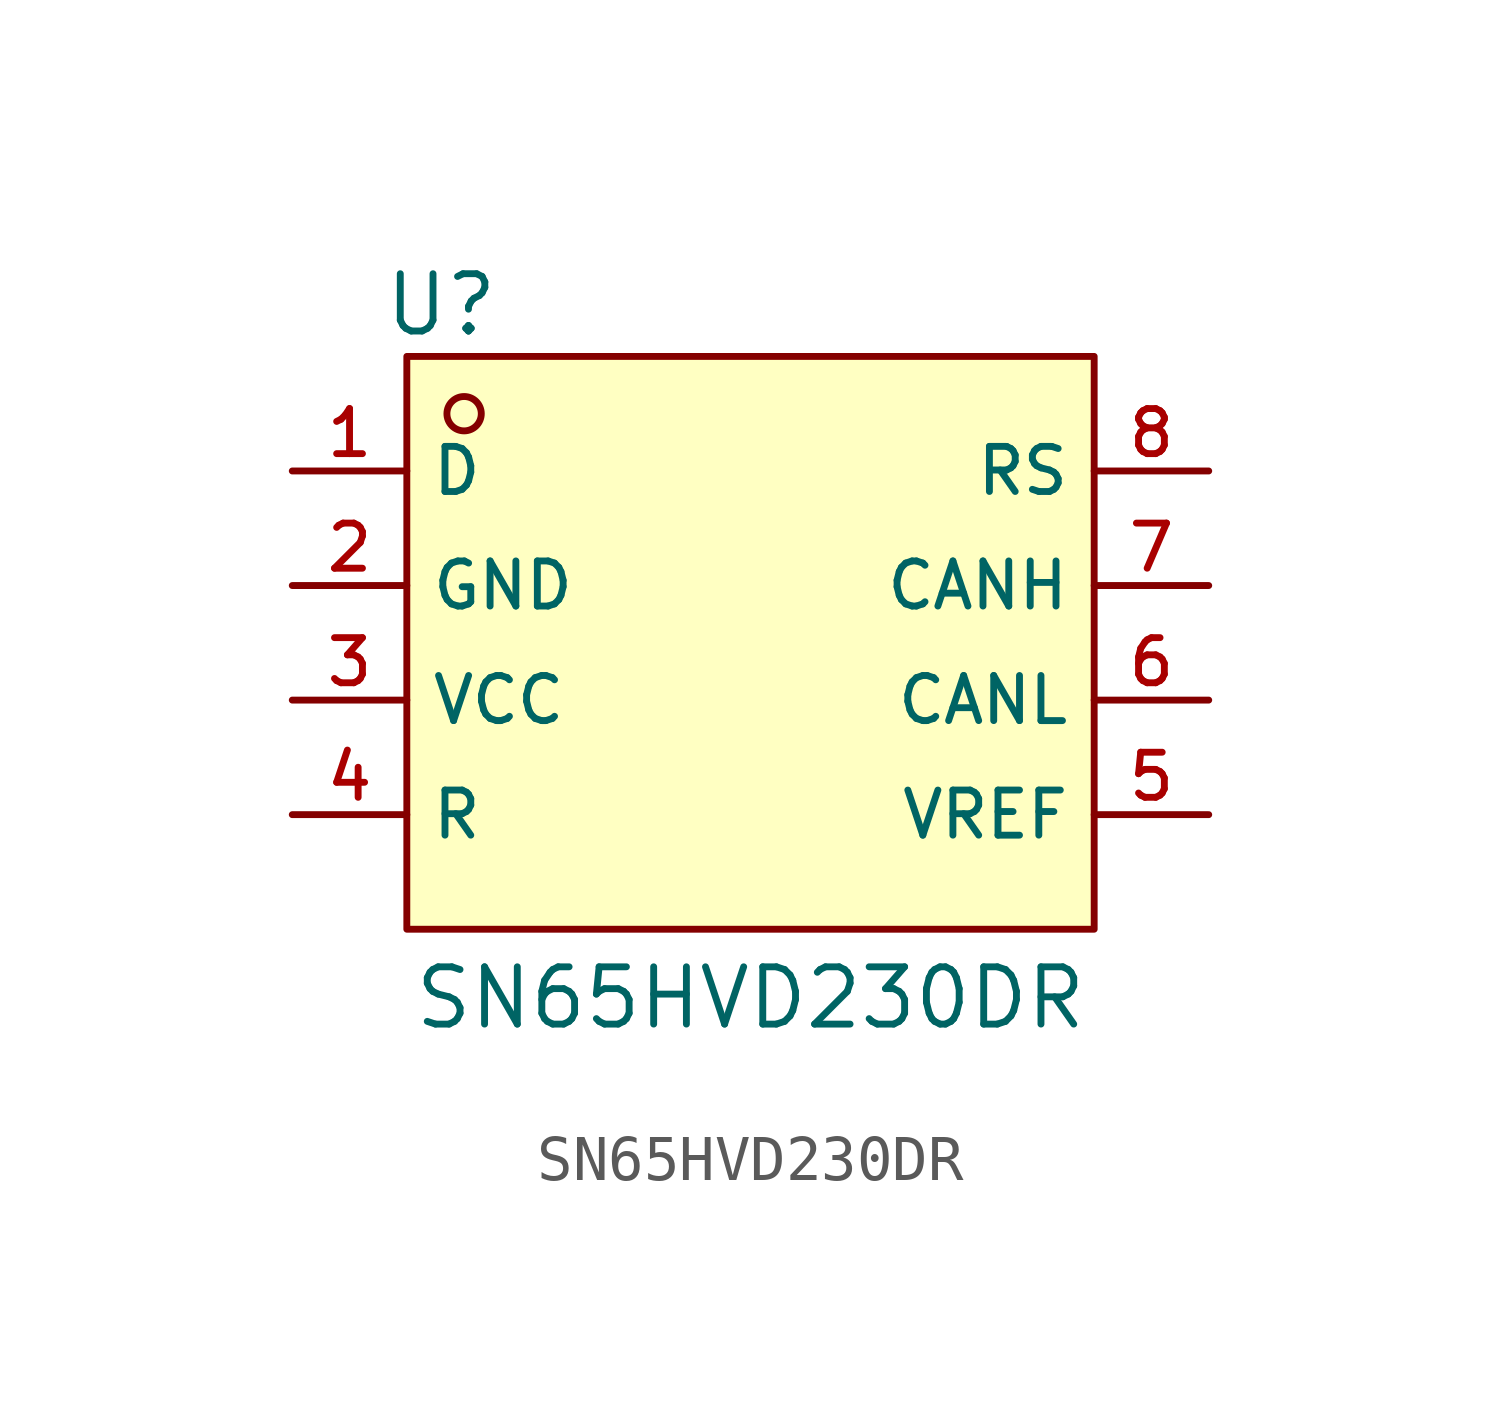
<source format=kicad_sym>
(kicad_symbol_lib
  (version 20220914)
  (generator kicad_symbol_editor)
  (symbol "SN65HVD230DR"
    (property "Reference" "U"
      (at -6.858 7.493 0)
      (effects (font (size 1.27 1.27))))
    (property "Value" "SN65HVD230DR"
      (at 0 -7.874 0)
      (effects (font (size 1.27 1.27))))
    (symbol "SN65HVD230DR_0_1"
      (rectangle (start -7.62 6.35) (end 7.62 -6.35) (stroke (width 0) (type default)) (fill (type background)))
      (circle (center -6.35 5.08) (radius 0.381) (stroke (width 0) (type default)) (fill (type background)))
      (pin unspecified line (at -10.16 3.81 0) (length 2.54) (name "D" (effects (font (size 1 1)))) (number "1" (effects (font (size 1 1)))))
      (pin unspecified line (at -10.16 1.27 0) (length 2.54) (name "GND" (effects (font (size 1 1)))) (number "2" (effects (font (size 1 1)))))
      (pin unspecified line (at -10.16 -1.27 0) (length 2.54) (name "VCC" (effects (font (size 1 1)))) (number "3" (effects (font (size 1 1)))))
      (pin unspecified line (at -10.16 -3.81 0) (length 2.54) (name "R" (effects (font (size 1 1)))) (number "4" (effects (font (size 1 1)))))
      (pin unspecified line (at 10.16 -3.81 180) (length 2.54) (name "VREF" (effects (font (size 1 1)))) (number "5" (effects (font (size 1 1)))))
      (pin unspecified line (at 10.16 -1.27 180) (length 2.54) (name "CANL" (effects (font (size 1 1)))) (number "6" (effects (font (size 1 1)))))
      (pin unspecified line (at 10.16 1.27 180) (length 2.54) (name "CANH" (effects (font (size 1 1)))) (number "7" (effects (font (size 1 1)))))
      (pin unspecified line (at 10.16 3.81 180) (length 2.54) (name "RS" (effects (font (size 1 1)))) (number "8" (effects (font (size 1 1))))))))
</source>
